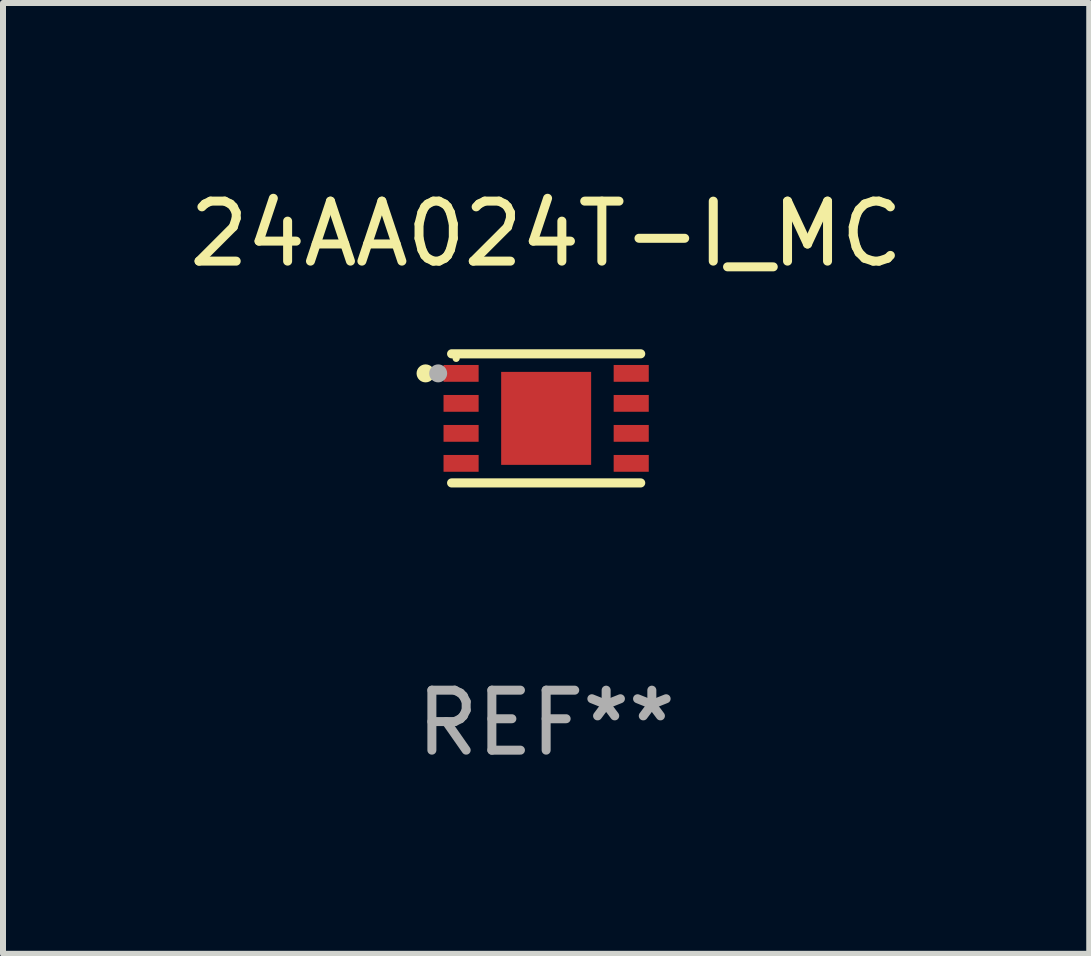
<source format=kicad_pcb>
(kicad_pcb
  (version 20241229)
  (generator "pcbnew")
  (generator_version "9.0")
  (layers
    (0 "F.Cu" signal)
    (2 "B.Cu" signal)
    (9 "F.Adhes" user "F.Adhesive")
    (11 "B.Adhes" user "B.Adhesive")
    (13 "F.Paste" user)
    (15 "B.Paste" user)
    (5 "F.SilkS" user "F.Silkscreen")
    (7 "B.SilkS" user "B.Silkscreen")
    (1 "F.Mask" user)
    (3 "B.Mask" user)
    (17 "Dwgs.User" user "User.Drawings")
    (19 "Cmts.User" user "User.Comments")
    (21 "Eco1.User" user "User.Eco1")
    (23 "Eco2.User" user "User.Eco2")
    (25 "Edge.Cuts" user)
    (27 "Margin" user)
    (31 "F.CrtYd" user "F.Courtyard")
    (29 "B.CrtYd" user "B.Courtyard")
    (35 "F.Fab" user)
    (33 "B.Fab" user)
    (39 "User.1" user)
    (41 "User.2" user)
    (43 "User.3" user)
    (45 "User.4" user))
  (footprint "24AA024T-I_MC"
    (layer "F.Cu")
    (at 6.054 3.924)
    (property "Reference" "24AA024T-I_MC" (at 0 -3.076 0) (layer "F.SilkS") (effects (font (size 1 1) (thickness 0.15))))
    (attr through_hole)
    (fp_line (start -1.576 -1.076) (end 1.576 -1.076) (stroke (width 0.152) (type solid)) (layer "F.SilkS"))
    (fp_line (start -1.576 1.076) (end 1.576 1.076) (stroke (width 0.152) (type solid)) (layer "F.SilkS"))
    (fp_circle (center -2.01 -0.75) (end -1.935 -0.75) (stroke (width 0.15) (type solid)) (fill no) (layer "F.SilkS"))
    (fp_circle (center -1.5 -1) (end -1.47 -1) (stroke (width 0.06) (type solid)) (fill no) (layer "F.SilkS"))
    (fp_circle (center -1.8 -0.75) (end -1.725 -0.75) (stroke (width 0.15) (type solid)) (fill no) (layer "F.Fab"))
    (fp_text user "REF**" (at 0 5.076 0) (layer "F.Fab") (effects (font (size 1 1) (thickness 0.15))))
    (pad "1" smd rect (at -1.418 -0.75) (size 0.585 0.28) (layers "F.Cu" "F.Mask" "F.Paste"))
    (pad "2" smd rect (at -1.418 -0.25) (size 0.585 0.28) (layers "F.Cu" "F.Mask" "F.Paste"))
    (pad "3" smd rect (at -1.418 0.25) (size 0.585 0.28) (layers "F.Cu" "F.Mask" "F.Paste"))
    (pad "4" smd rect (at -1.418 0.75) (size 0.585 0.28) (layers "F.Cu" "F.Mask" "F.Paste"))
    (pad "5" smd rect (at 1.418 0.75) (size 0.585 0.28) (layers "F.Cu" "F.Mask" "F.Paste"))
    (pad "6" smd rect (at 1.418 0.25) (size 0.585 0.28) (layers "F.Cu" "F.Mask" "F.Paste"))
    (pad "7" smd rect (at 1.418 -0.25) (size 0.585 0.28) (layers "F.Cu" "F.Mask" "F.Paste"))
    (pad "8" smd rect (at 1.418 -0.75) (size 0.585 0.28) (layers "F.Cu" "F.Mask" "F.Paste"))
    (pad "9" smd rect (at 0 0) (size 1.5 1.55) (layers "F.Cu" "F.Mask" "F.Paste")))
  (gr_rect
    (start -3 -3)
    (end 15.107 12.849)
    (stroke (width 0.1) (type default))
    (fill no)
    (layer "Edge.Cuts")))
</source>
